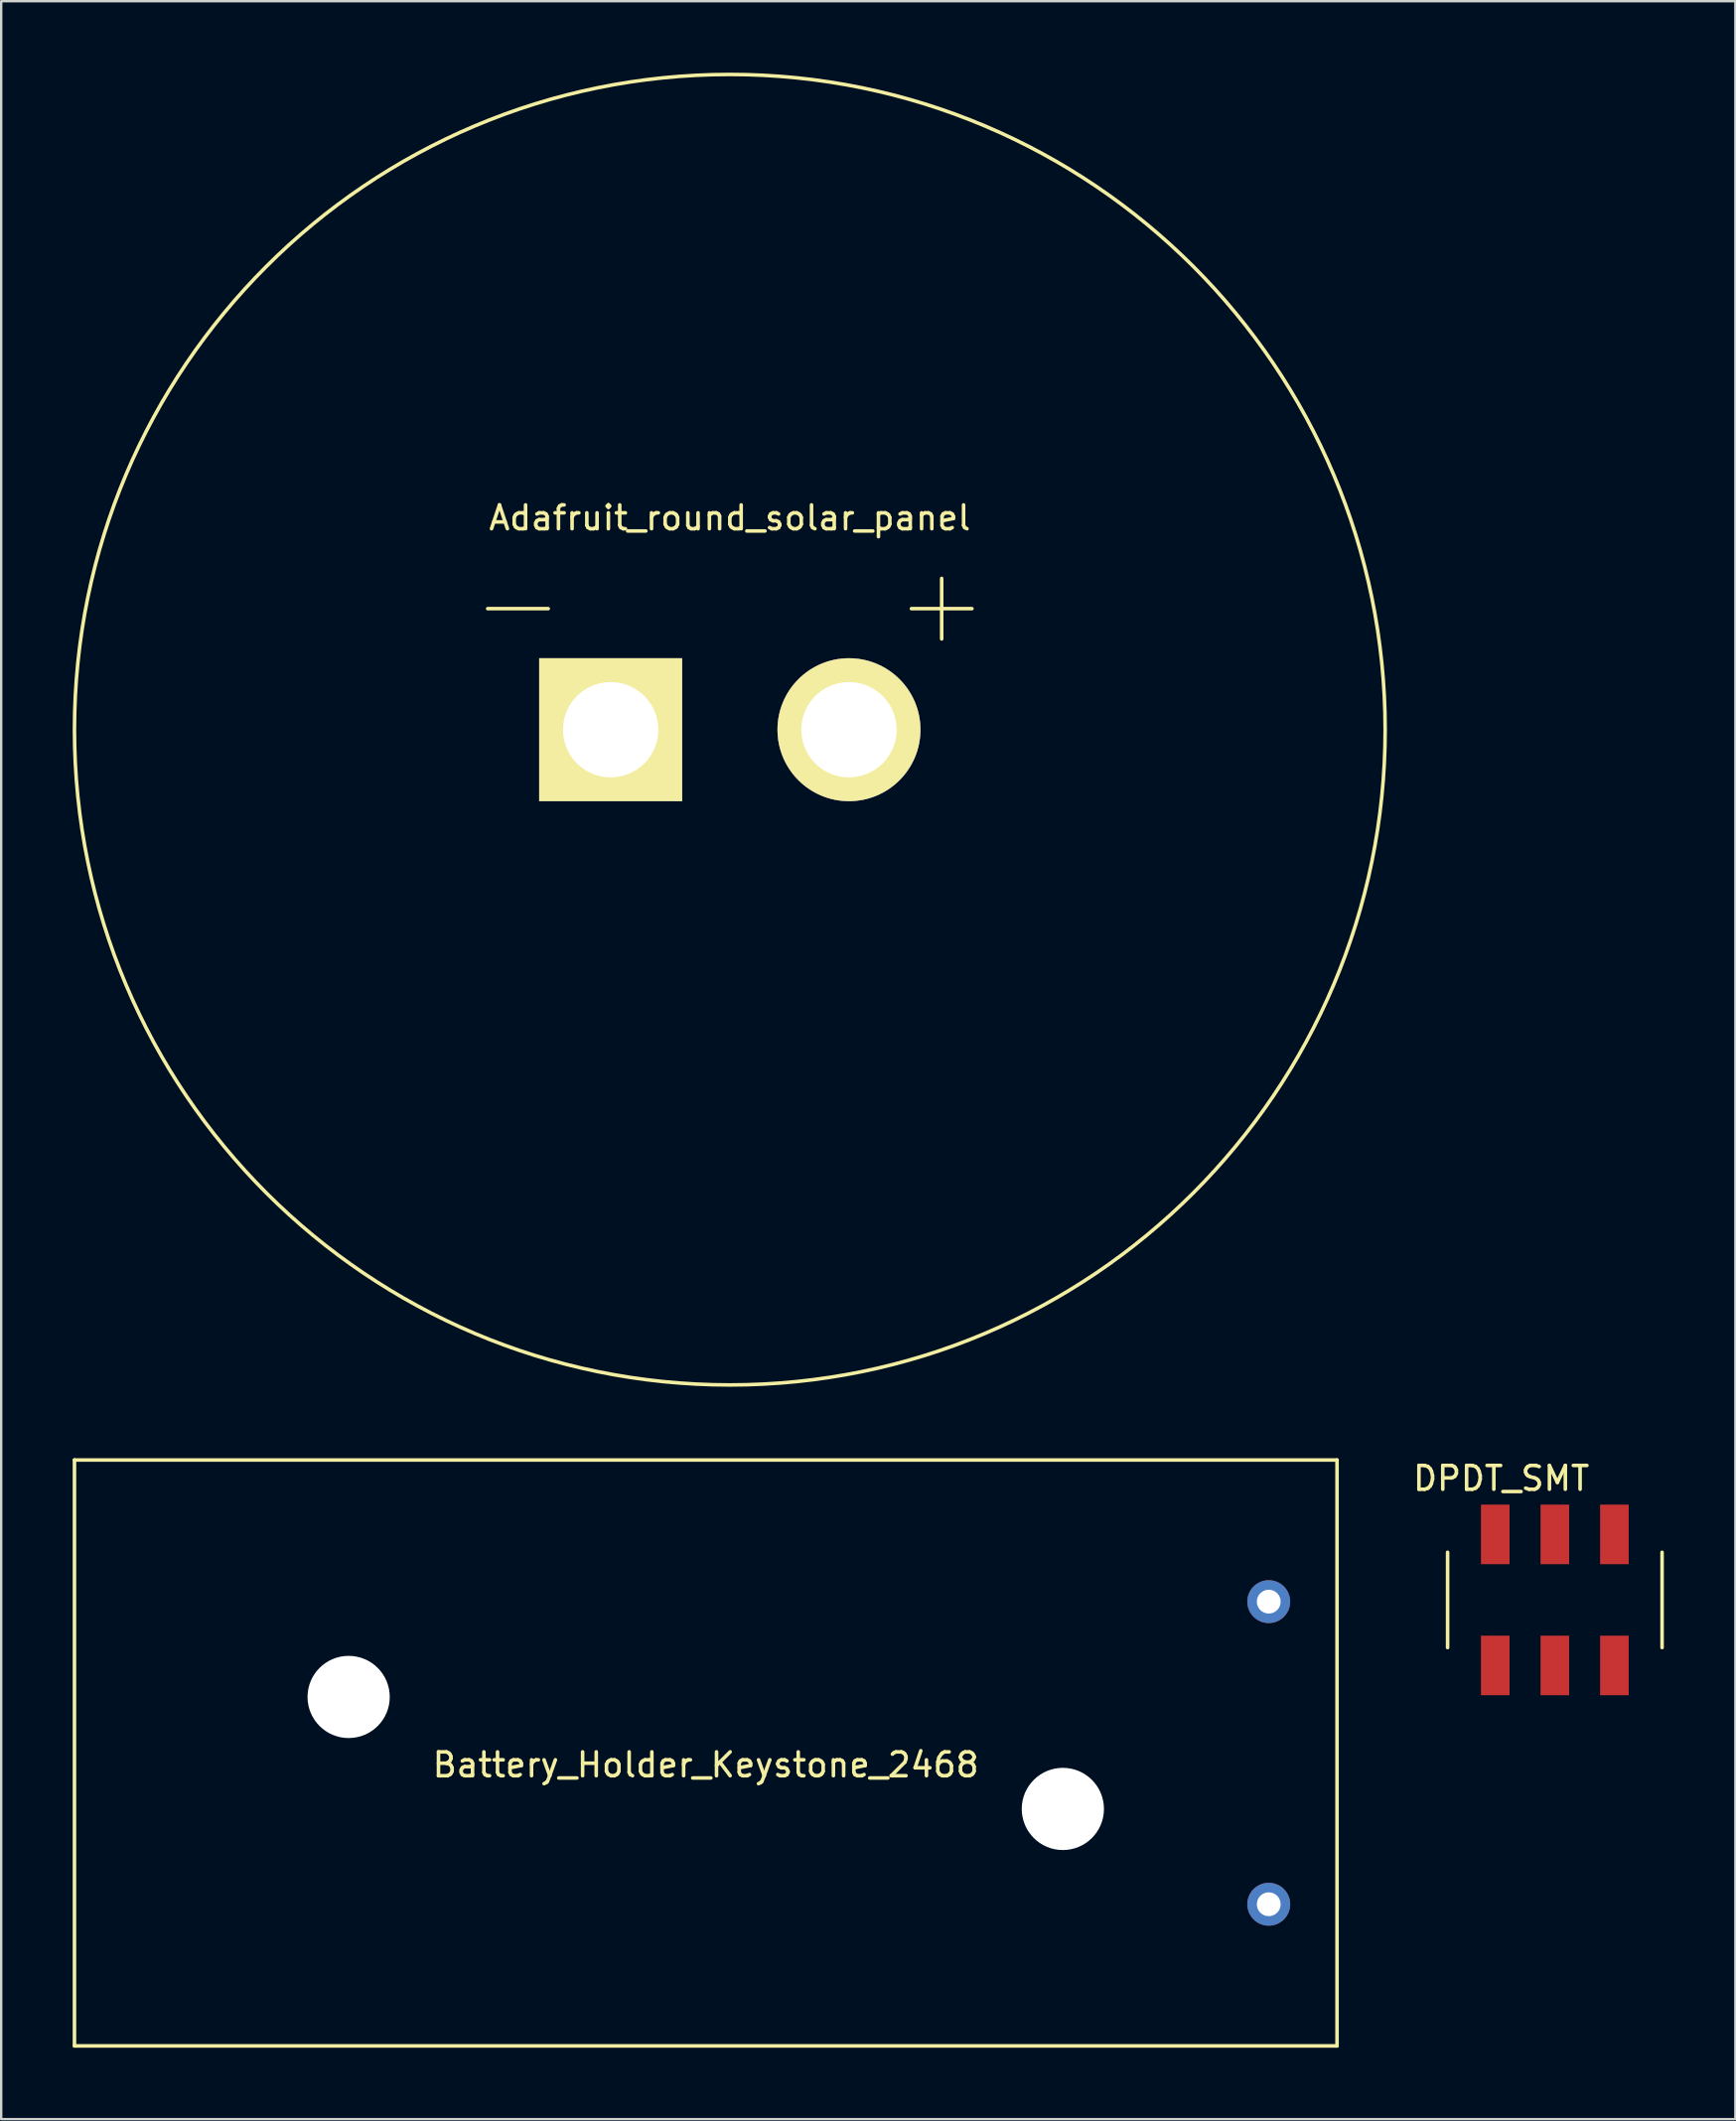
<source format=kicad_pcb>
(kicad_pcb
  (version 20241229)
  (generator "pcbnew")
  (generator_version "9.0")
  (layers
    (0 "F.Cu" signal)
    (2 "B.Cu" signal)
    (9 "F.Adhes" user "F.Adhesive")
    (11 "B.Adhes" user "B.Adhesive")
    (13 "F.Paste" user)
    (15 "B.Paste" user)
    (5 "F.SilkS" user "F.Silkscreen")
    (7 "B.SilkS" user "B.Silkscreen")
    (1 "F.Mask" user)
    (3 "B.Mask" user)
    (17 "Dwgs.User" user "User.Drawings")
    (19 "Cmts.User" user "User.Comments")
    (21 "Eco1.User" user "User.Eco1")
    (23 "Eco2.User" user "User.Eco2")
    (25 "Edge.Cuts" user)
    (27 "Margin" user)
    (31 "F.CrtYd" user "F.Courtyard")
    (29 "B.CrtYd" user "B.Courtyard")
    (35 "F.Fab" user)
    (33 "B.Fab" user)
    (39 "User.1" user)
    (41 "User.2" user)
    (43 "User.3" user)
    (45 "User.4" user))
  (footprint "Adafruit_round_solar_panel"
    (layer "F.Cu")
    (at 27.575 27.575)
    (property "Reference" "Adafruit_round_solar_panel" (at 0 -8.89 0) (layer "F.SilkS") (effects (font (size 1 1) (thickness 0.15))))
    (attr through_hole)
    (fp_line (start -10.16 -5.08) (end -7.62 -5.08) (stroke (width 0.15) (type solid)) (layer "F.SilkS"))
    (fp_line (start 7.62 -5.08) (end 10.16 -5.08) (stroke (width 0.15) (type solid)) (layer "F.SilkS"))
    (fp_line (start 8.89 -6.35) (end 8.89 -3.81) (stroke (width 0.15) (type solid)) (layer "F.SilkS"))
    (fp_circle (center 0 0) (end 27.5 0) (stroke (width 0.15) (type solid)) (fill no) (layer "F.SilkS"))
    (pad "1" thru_hole circle (at 5 0) (size 6 6) (drill 4) (layers "*.Cu" "*.Mask" "F.SilkS"))
    (pad "2" thru_hole rect (at -5 0) (size 6 6) (drill 4) (layers "*.Cu" "*.Mask" "F.SilkS")))
  (footprint "DPDT_SMT"
    (layer "F.Cu")
    (at 62.195 64.098)
    (property "Reference" "DPDT_SMT" (at -2.25 -5.1 0) (layer "F.SilkS") (effects (font (size 1 1) (thickness 0.15))))
    (attr through_hole)
    (fp_line (start -4.5 -2) (end -4.5 2) (stroke (width 0.15) (type solid)) (layer "F.SilkS"))
    (fp_line (start 4.5 -2) (end 4.5 2) (stroke (width 0.15) (type solid)) (layer "F.SilkS"))
    (pad "1" smd trapezoid (at -2.5 -2.75) (size 1.2 2.5) (layers "F.Cu" "F.Mask" "F.Paste"))
    (pad "1" smd trapezoid (at -2.5 2.75) (size 1.2 2.5) (layers "F.Cu" "F.Mask" "F.Paste"))
    (pad "2" smd trapezoid (at 0 -2.75) (size 1.2 2.5) (layers "F.Cu" "F.Mask" "F.Paste"))
    (pad "2" smd trapezoid (at 0 2.75) (size 1.2 2.5) (layers "F.Cu" "F.Mask" "F.Paste"))
    (pad "3" smd trapezoid (at 2.5 -2.75) (size 1.2 2.5) (layers "F.Cu" "F.Mask" "F.Paste"))
    (pad "3" smd trapezoid (at 2.5 2.75) (size 1.2 2.5) (layers "F.Cu" "F.Mask" "F.Paste")))
  (footprint "Battery_Holder_Keystone_2468"
    (layer "F.Cu")
    (at 26.565 70.52)
    (property "Reference" "Battery_Holder_Keystone_2468" (at 0 0.5 0) (layer "F.SilkS") (effects (font (size 1 1) (thickness 0.15))))
    (attr through_hole)
    (fp_line (start -26.49 -12.295) (end -26.49 12.295) (stroke (width 0.15) (type solid)) (layer "F.SilkS"))
    (fp_line (start -26.49 -12.295) (end 26.49 -12.295) (stroke (width 0.15) (type solid)) (layer "F.SilkS"))
    (fp_line (start -26.49 12.295) (end 26.49 12.295) (stroke (width 0.15) (type solid)) (layer "F.SilkS"))
    (fp_line (start 26.49 -12.295) (end 26.49 12.295) (stroke (width 0.15) (type solid)) (layer "F.SilkS"))
    (pad "" np_thru_hole circle (at -14.985 -2.35) (size 3.45 3.45) (drill 3.45) (layers "*.Cu" "*.Mask"))
    (pad "" np_thru_hole circle (at 14.985 2.35) (size 3.45 3.45) (drill 3.45) (layers "*.Cu" "*.Mask"))
    (pad "1" thru_hole circle (at 23.625 6.35) (size 1.8 1.8) (drill 1) (layers "*.Cu"))
    (pad "2" thru_hole circle (at 23.625 -6.35) (size 1.8 1.8) (drill 1) (layers "*.Cu")))
  (gr_rect
    (start -3 -3)
    (end 69.77 85.89)
    (stroke (width 0.1) (type default))
    (fill no)
    (layer "Edge.Cuts")))
</source>
